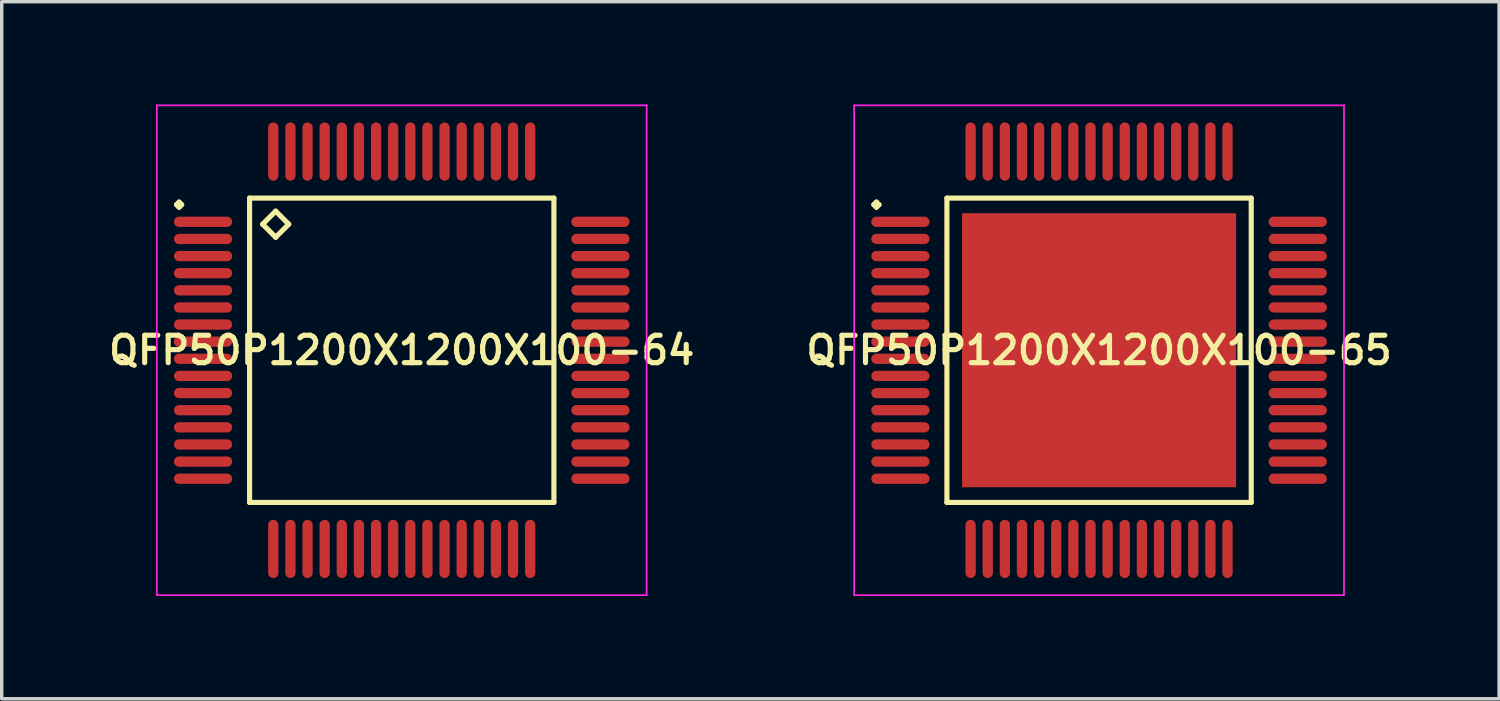
<source format=kicad_pcb>
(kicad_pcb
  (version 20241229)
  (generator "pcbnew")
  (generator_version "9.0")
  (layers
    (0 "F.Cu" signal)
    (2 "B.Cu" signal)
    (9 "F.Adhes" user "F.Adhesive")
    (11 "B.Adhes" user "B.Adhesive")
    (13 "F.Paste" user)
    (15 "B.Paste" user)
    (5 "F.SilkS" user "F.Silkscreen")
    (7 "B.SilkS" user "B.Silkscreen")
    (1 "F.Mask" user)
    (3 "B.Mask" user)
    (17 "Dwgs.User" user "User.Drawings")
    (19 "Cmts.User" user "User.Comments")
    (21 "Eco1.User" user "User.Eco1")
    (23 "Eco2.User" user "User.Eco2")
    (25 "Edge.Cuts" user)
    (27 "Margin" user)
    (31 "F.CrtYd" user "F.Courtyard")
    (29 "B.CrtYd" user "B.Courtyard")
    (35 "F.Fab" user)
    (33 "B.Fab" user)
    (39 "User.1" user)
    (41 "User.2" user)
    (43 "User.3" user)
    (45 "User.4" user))
  (footprint "QFP50P1200X1200X100-64"
    (layer "F.Cu")
    (at 8.678 7.175)
    (property "Reference" "QFP50P1200X1200X100-64" (at 0 0 0) (layer "F.SilkS") (effects (font (size 0.8 0.8) (thickness 0.15))))
    (attr smd)
    (fp_line (start -6.575 -4.25) (end -6.5 -4.325) (stroke (width 0.15) (type solid)) (layer "F.SilkS"))
    (fp_line (start -6.5 -4.325) (end -6.425 -4.25) (stroke (width 0.15) (type solid)) (layer "F.SilkS"))
    (fp_line (start -6.5 -4.175) (end -6.575 -4.25) (stroke (width 0.15) (type solid)) (layer "F.SilkS"))
    (fp_line (start -6.425 -4.25) (end -6.5 -4.175) (stroke (width 0.15) (type solid)) (layer "F.SilkS"))
    (fp_line (start -4.442 -4.442) (end -4.442 4.442) (stroke (width 0.15) (type solid)) (layer "F.SilkS"))
    (fp_line (start -4.442 4.442) (end 4.442 4.442) (stroke (width 0.15) (type solid)) (layer "F.SilkS"))
    (fp_line (start -4.061 -3.68) (end -3.68 -4.061) (stroke (width 0.15) (type solid)) (layer "F.SilkS"))
    (fp_line (start -3.68 -4.061) (end -3.299 -3.68) (stroke (width 0.15) (type solid)) (layer "F.SilkS"))
    (fp_line (start -3.68 -3.299) (end -4.061 -3.68) (stroke (width 0.15) (type solid)) (layer "F.SilkS"))
    (fp_line (start -3.299 -3.68) (end -3.68 -3.299) (stroke (width 0.15) (type solid)) (layer "F.SilkS"))
    (fp_line (start 4.442 -4.442) (end -4.442 -4.442) (stroke (width 0.15) (type solid)) (layer "F.SilkS"))
    (fp_line (start 4.442 4.442) (end 4.442 -4.442) (stroke (width 0.15) (type solid)) (layer "F.SilkS"))
    (fp_line (start -7.15 -7.15) (end 7.15 -7.15) (stroke (width 0.05) (type solid)) (layer "F.CrtYd"))
    (fp_line (start -7.15 7.15) (end -7.15 -7.15) (stroke (width 0.05) (type solid)) (layer "F.CrtYd"))
    (fp_line (start 7.15 -7.15) (end 7.15 7.15) (stroke (width 0.05) (type solid)) (layer "F.CrtYd"))
    (fp_line (start 7.15 7.15) (end -7.15 7.15) (stroke (width 0.05) (type solid)) (layer "F.CrtYd"))
    (pad "1" smd oval (at -5.8 -3.75) (size 1.7 0.3) (layers "F.Cu" "F.Mask" "F.Paste"))
    (pad "2" smd oval (at -5.8 -3.25) (size 1.7 0.3) (layers "F.Cu" "F.Mask" "F.Paste"))
    (pad "3" smd oval (at -5.8 -2.75) (size 1.7 0.3) (layers "F.Cu" "F.Mask" "F.Paste"))
    (pad "4" smd oval (at -5.8 -2.25) (size 1.7 0.3) (layers "F.Cu" "F.Mask" "F.Paste"))
    (pad "5" smd oval (at -5.8 -1.75) (size 1.7 0.3) (layers "F.Cu" "F.Mask" "F.Paste"))
    (pad "6" smd oval (at -5.8 -1.25) (size 1.7 0.3) (layers "F.Cu" "F.Mask" "F.Paste"))
    (pad "7" smd oval (at -5.8 -0.75) (size 1.7 0.3) (layers "F.Cu" "F.Mask" "F.Paste"))
    (pad "8" smd oval (at -5.8 -0.25) (size 1.7 0.3) (layers "F.Cu" "F.Mask" "F.Paste"))
    (pad "9" smd oval (at -5.8 0.25) (size 1.7 0.3) (layers "F.Cu" "F.Mask" "F.Paste"))
    (pad "10" smd oval (at -5.8 0.75) (size 1.7 0.3) (layers "F.Cu" "F.Mask" "F.Paste"))
    (pad "11" smd oval (at -5.8 1.25) (size 1.7 0.3) (layers "F.Cu" "F.Mask" "F.Paste"))
    (pad "12" smd oval (at -5.8 1.75) (size 1.7 0.3) (layers "F.Cu" "F.Mask" "F.Paste"))
    (pad "13" smd oval (at -5.8 2.25) (size 1.7 0.3) (layers "F.Cu" "F.Mask" "F.Paste"))
    (pad "14" smd oval (at -5.8 2.75) (size 1.7 0.3) (layers "F.Cu" "F.Mask" "F.Paste"))
    (pad "15" smd oval (at -5.8 3.25) (size 1.7 0.3) (layers "F.Cu" "F.Mask" "F.Paste"))
    (pad "16" smd oval (at -5.8 3.75) (size 1.7 0.3) (layers "F.Cu" "F.Mask" "F.Paste"))
    (pad "17" smd oval (at -3.75 5.8) (size 0.3 1.7) (layers "F.Cu" "F.Mask" "F.Paste"))
    (pad "18" smd oval (at -3.25 5.8) (size 0.3 1.7) (layers "F.Cu" "F.Mask" "F.Paste"))
    (pad "19" smd oval (at -2.75 5.8) (size 0.3 1.7) (layers "F.Cu" "F.Mask" "F.Paste"))
    (pad "20" smd oval (at -2.25 5.8) (size 0.3 1.7) (layers "F.Cu" "F.Mask" "F.Paste"))
    (pad "21" smd oval (at -1.75 5.8) (size 0.3 1.7) (layers "F.Cu" "F.Mask" "F.Paste"))
    (pad "22" smd oval (at -1.25 5.8) (size 0.3 1.7) (layers "F.Cu" "F.Mask" "F.Paste"))
    (pad "23" smd oval (at -0.75 5.8) (size 0.3 1.7) (layers "F.Cu" "F.Mask" "F.Paste"))
    (pad "24" smd oval (at -0.25 5.8) (size 0.3 1.7) (layers "F.Cu" "F.Mask" "F.Paste"))
    (pad "25" smd oval (at 0.25 5.8) (size 0.3 1.7) (layers "F.Cu" "F.Mask" "F.Paste"))
    (pad "26" smd oval (at 0.75 5.8) (size 0.3 1.7) (layers "F.Cu" "F.Mask" "F.Paste"))
    (pad "27" smd oval (at 1.25 5.8) (size 0.3 1.7) (layers "F.Cu" "F.Mask" "F.Paste"))
    (pad "28" smd oval (at 1.75 5.8) (size 0.3 1.7) (layers "F.Cu" "F.Mask" "F.Paste"))
    (pad "29" smd oval (at 2.25 5.8) (size 0.3 1.7) (layers "F.Cu" "F.Mask" "F.Paste"))
    (pad "30" smd oval (at 2.75 5.8) (size 0.3 1.7) (layers "F.Cu" "F.Mask" "F.Paste"))
    (pad "31" smd oval (at 3.25 5.8) (size 0.3 1.7) (layers "F.Cu" "F.Mask" "F.Paste"))
    (pad "32" smd oval (at 3.75 5.8) (size 0.3 1.7) (layers "F.Cu" "F.Mask" "F.Paste"))
    (pad "33" smd oval (at 5.8 3.75) (size 1.7 0.3) (layers "F.Cu" "F.Mask" "F.Paste"))
    (pad "34" smd oval (at 5.8 3.25) (size 1.7 0.3) (layers "F.Cu" "F.Mask" "F.Paste"))
    (pad "35" smd oval (at 5.8 2.75) (size 1.7 0.3) (layers "F.Cu" "F.Mask" "F.Paste"))
    (pad "36" smd oval (at 5.8 2.25) (size 1.7 0.3) (layers "F.Cu" "F.Mask" "F.Paste"))
    (pad "37" smd oval (at 5.8 1.75) (size 1.7 0.3) (layers "F.Cu" "F.Mask" "F.Paste"))
    (pad "38" smd oval (at 5.8 1.25) (size 1.7 0.3) (layers "F.Cu" "F.Mask" "F.Paste"))
    (pad "39" smd oval (at 5.8 0.75) (size 1.7 0.3) (layers "F.Cu" "F.Mask" "F.Paste"))
    (pad "40" smd oval (at 5.8 0.25) (size 1.7 0.3) (layers "F.Cu" "F.Mask" "F.Paste"))
    (pad "41" smd oval (at 5.8 -0.25) (size 1.7 0.3) (layers "F.Cu" "F.Mask" "F.Paste"))
    (pad "42" smd oval (at 5.8 -0.75) (size 1.7 0.3) (layers "F.Cu" "F.Mask" "F.Paste"))
    (pad "43" smd oval (at 5.8 -1.25) (size 1.7 0.3) (layers "F.Cu" "F.Mask" "F.Paste"))
    (pad "44" smd oval (at 5.8 -1.75) (size 1.7 0.3) (layers "F.Cu" "F.Mask" "F.Paste"))
    (pad "45" smd oval (at 5.8 -2.25) (size 1.7 0.3) (layers "F.Cu" "F.Mask" "F.Paste"))
    (pad "46" smd oval (at 5.8 -2.75) (size 1.7 0.3) (layers "F.Cu" "F.Mask" "F.Paste"))
    (pad "47" smd oval (at 5.8 -3.25) (size 1.7 0.3) (layers "F.Cu" "F.Mask" "F.Paste"))
    (pad "48" smd oval (at 5.8 -3.75) (size 1.7 0.3) (layers "F.Cu" "F.Mask" "F.Paste"))
    (pad "49" smd oval (at 3.75 -5.8) (size 0.3 1.7) (layers "F.Cu" "F.Mask" "F.Paste"))
    (pad "50" smd oval (at 3.25 -5.8) (size 0.3 1.7) (layers "F.Cu" "F.Mask" "F.Paste"))
    (pad "51" smd oval (at 2.75 -5.8) (size 0.3 1.7) (layers "F.Cu" "F.Mask" "F.Paste"))
    (pad "52" smd oval (at 2.25 -5.8) (size 0.3 1.7) (layers "F.Cu" "F.Mask" "F.Paste"))
    (pad "53" smd oval (at 1.75 -5.8) (size 0.3 1.7) (layers "F.Cu" "F.Mask" "F.Paste"))
    (pad "54" smd oval (at 1.25 -5.8) (size 0.3 1.7) (layers "F.Cu" "F.Mask" "F.Paste"))
    (pad "55" smd oval (at 0.75 -5.8) (size 0.3 1.7) (layers "F.Cu" "F.Mask" "F.Paste"))
    (pad "56" smd oval (at 0.25 -5.8) (size 0.3 1.7) (layers "F.Cu" "F.Mask" "F.Paste"))
    (pad "57" smd oval (at -0.25 -5.8) (size 0.3 1.7) (layers "F.Cu" "F.Mask" "F.Paste"))
    (pad "58" smd oval (at -0.75 -5.8) (size 0.3 1.7) (layers "F.Cu" "F.Mask" "F.Paste"))
    (pad "59" smd oval (at -1.25 -5.8) (size 0.3 1.7) (layers "F.Cu" "F.Mask" "F.Paste"))
    (pad "60" smd oval (at -1.75 -5.8) (size 0.3 1.7) (layers "F.Cu" "F.Mask" "F.Paste"))
    (pad "61" smd oval (at -2.25 -5.8) (size 0.3 1.7) (layers "F.Cu" "F.Mask" "F.Paste"))
    (pad "62" smd oval (at -2.75 -5.8) (size 0.3 1.7) (layers "F.Cu" "F.Mask" "F.Paste"))
    (pad "63" smd oval (at -3.25 -5.8) (size 0.3 1.7) (layers "F.Cu" "F.Mask" "F.Paste"))
    (pad "64" smd oval (at -3.75 -5.8) (size 0.3 1.7) (layers "F.Cu" "F.Mask" "F.Paste")))
  (footprint "QFP50P1200X1200X100-65"
    (layer "F.Cu")
    (at 29.035 7.175)
    (property "Reference" "QFP50P1200X1200X100-65" (at 0 0 0) (layer "F.SilkS") (effects (font (size 0.8 0.8) (thickness 0.15))))
    (attr smd)
    (fp_line (start -6.575 -4.25) (end -6.5 -4.325) (stroke (width 0.15) (type solid)) (layer "F.SilkS"))
    (fp_line (start -6.5 -4.325) (end -6.425 -4.25) (stroke (width 0.15) (type solid)) (layer "F.SilkS"))
    (fp_line (start -6.5 -4.175) (end -6.575 -4.25) (stroke (width 0.15) (type solid)) (layer "F.SilkS"))
    (fp_line (start -6.425 -4.25) (end -6.5 -4.175) (stroke (width 0.15) (type solid)) (layer "F.SilkS"))
    (fp_line (start -4.442 -4.442) (end -4.442 4.442) (stroke (width 0.15) (type solid)) (layer "F.SilkS"))
    (fp_line (start -4.442 4.442) (end 4.442 4.442) (stroke (width 0.15) (type solid)) (layer "F.SilkS"))
    (fp_line (start 4.442 -4.442) (end -4.442 -4.442) (stroke (width 0.15) (type solid)) (layer "F.SilkS"))
    (fp_line (start 4.442 4.442) (end 4.442 -4.442) (stroke (width 0.15) (type solid)) (layer "F.SilkS"))
    (fp_line (start -7.15 -7.15) (end 7.15 -7.15) (stroke (width 0.05) (type solid)) (layer "F.CrtYd"))
    (fp_line (start -7.15 7.15) (end -7.15 -7.15) (stroke (width 0.05) (type solid)) (layer "F.CrtYd"))
    (fp_line (start 7.15 -7.15) (end 7.15 7.15) (stroke (width 0.05) (type solid)) (layer "F.CrtYd"))
    (fp_line (start 7.15 7.15) (end -7.15 7.15) (stroke (width 0.05) (type solid)) (layer "F.CrtYd"))
    (pad "1" smd oval (at -5.8 -3.75) (size 1.7 0.3) (layers "F.Cu" "F.Mask" "F.Paste"))
    (pad "2" smd oval (at -5.8 -3.25) (size 1.7 0.3) (layers "F.Cu" "F.Mask" "F.Paste"))
    (pad "3" smd oval (at -5.8 -2.75) (size 1.7 0.3) (layers "F.Cu" "F.Mask" "F.Paste"))
    (pad "4" smd oval (at -5.8 -2.25) (size 1.7 0.3) (layers "F.Cu" "F.Mask" "F.Paste"))
    (pad "5" smd oval (at -5.8 -1.75) (size 1.7 0.3) (layers "F.Cu" "F.Mask" "F.Paste"))
    (pad "6" smd oval (at -5.8 -1.25) (size 1.7 0.3) (layers "F.Cu" "F.Mask" "F.Paste"))
    (pad "7" smd oval (at -5.8 -0.75) (size 1.7 0.3) (layers "F.Cu" "F.Mask" "F.Paste"))
    (pad "8" smd oval (at -5.8 -0.25) (size 1.7 0.3) (layers "F.Cu" "F.Mask" "F.Paste"))
    (pad "9" smd oval (at -5.8 0.25) (size 1.7 0.3) (layers "F.Cu" "F.Mask" "F.Paste"))
    (pad "10" smd oval (at -5.8 0.75) (size 1.7 0.3) (layers "F.Cu" "F.Mask" "F.Paste"))
    (pad "11" smd oval (at -5.8 1.25) (size 1.7 0.3) (layers "F.Cu" "F.Mask" "F.Paste"))
    (pad "12" smd oval (at -5.8 1.75) (size 1.7 0.3) (layers "F.Cu" "F.Mask" "F.Paste"))
    (pad "13" smd oval (at -5.8 2.25) (size 1.7 0.3) (layers "F.Cu" "F.Mask" "F.Paste"))
    (pad "14" smd oval (at -5.8 2.75) (size 1.7 0.3) (layers "F.Cu" "F.Mask" "F.Paste"))
    (pad "15" smd oval (at -5.8 3.25) (size 1.7 0.3) (layers "F.Cu" "F.Mask" "F.Paste"))
    (pad "16" smd oval (at -5.8 3.75) (size 1.7 0.3) (layers "F.Cu" "F.Mask" "F.Paste"))
    (pad "17" smd oval (at -3.75 5.8) (size 0.3 1.7) (layers "F.Cu" "F.Mask" "F.Paste"))
    (pad "18" smd oval (at -3.25 5.8) (size 0.3 1.7) (layers "F.Cu" "F.Mask" "F.Paste"))
    (pad "19" smd oval (at -2.75 5.8) (size 0.3 1.7) (layers "F.Cu" "F.Mask" "F.Paste"))
    (pad "20" smd oval (at -2.25 5.8) (size 0.3 1.7) (layers "F.Cu" "F.Mask" "F.Paste"))
    (pad "21" smd oval (at -1.75 5.8) (size 0.3 1.7) (layers "F.Cu" "F.Mask" "F.Paste"))
    (pad "22" smd oval (at -1.25 5.8) (size 0.3 1.7) (layers "F.Cu" "F.Mask" "F.Paste"))
    (pad "23" smd oval (at -0.75 5.8) (size 0.3 1.7) (layers "F.Cu" "F.Mask" "F.Paste"))
    (pad "24" smd oval (at -0.25 5.8) (size 0.3 1.7) (layers "F.Cu" "F.Mask" "F.Paste"))
    (pad "25" smd oval (at 0.25 5.8) (size 0.3 1.7) (layers "F.Cu" "F.Mask" "F.Paste"))
    (pad "26" smd oval (at 0.75 5.8) (size 0.3 1.7) (layers "F.Cu" "F.Mask" "F.Paste"))
    (pad "27" smd oval (at 1.25 5.8) (size 0.3 1.7) (layers "F.Cu" "F.Mask" "F.Paste"))
    (pad "28" smd oval (at 1.75 5.8) (size 0.3 1.7) (layers "F.Cu" "F.Mask" "F.Paste"))
    (pad "29" smd oval (at 2.25 5.8) (size 0.3 1.7) (layers "F.Cu" "F.Mask" "F.Paste"))
    (pad "30" smd oval (at 2.75 5.8) (size 0.3 1.7) (layers "F.Cu" "F.Mask" "F.Paste"))
    (pad "31" smd oval (at 3.25 5.8) (size 0.3 1.7) (layers "F.Cu" "F.Mask" "F.Paste"))
    (pad "32" smd oval (at 3.75 5.8) (size 0.3 1.7) (layers "F.Cu" "F.Mask" "F.Paste"))
    (pad "33" smd oval (at 5.8 3.75) (size 1.7 0.3) (layers "F.Cu" "F.Mask" "F.Paste"))
    (pad "34" smd oval (at 5.8 3.25) (size 1.7 0.3) (layers "F.Cu" "F.Mask" "F.Paste"))
    (pad "35" smd oval (at 5.8 2.75) (size 1.7 0.3) (layers "F.Cu" "F.Mask" "F.Paste"))
    (pad "36" smd oval (at 5.8 2.25) (size 1.7 0.3) (layers "F.Cu" "F.Mask" "F.Paste"))
    (pad "37" smd oval (at 5.8 1.75) (size 1.7 0.3) (layers "F.Cu" "F.Mask" "F.Paste"))
    (pad "38" smd oval (at 5.8 1.25) (size 1.7 0.3) (layers "F.Cu" "F.Mask" "F.Paste"))
    (pad "39" smd oval (at 5.8 0.75) (size 1.7 0.3) (layers "F.Cu" "F.Mask" "F.Paste"))
    (pad "40" smd oval (at 5.8 0.25) (size 1.7 0.3) (layers "F.Cu" "F.Mask" "F.Paste"))
    (pad "41" smd oval (at 5.8 -0.25) (size 1.7 0.3) (layers "F.Cu" "F.Mask" "F.Paste"))
    (pad "42" smd oval (at 5.8 -0.75) (size 1.7 0.3) (layers "F.Cu" "F.Mask" "F.Paste"))
    (pad "43" smd oval (at 5.8 -1.25) (size 1.7 0.3) (layers "F.Cu" "F.Mask" "F.Paste"))
    (pad "44" smd oval (at 5.8 -1.75) (size 1.7 0.3) (layers "F.Cu" "F.Mask" "F.Paste"))
    (pad "45" smd oval (at 5.8 -2.25) (size 1.7 0.3) (layers "F.Cu" "F.Mask" "F.Paste"))
    (pad "46" smd oval (at 5.8 -2.75) (size 1.7 0.3) (layers "F.Cu" "F.Mask" "F.Paste"))
    (pad "47" smd oval (at 5.8 -3.25) (size 1.7 0.3) (layers "F.Cu" "F.Mask" "F.Paste"))
    (pad "48" smd oval (at 5.8 -3.75) (size 1.7 0.3) (layers "F.Cu" "F.Mask" "F.Paste"))
    (pad "49" smd oval (at 3.75 -5.8) (size 0.3 1.7) (layers "F.Cu" "F.Mask" "F.Paste"))
    (pad "50" smd oval (at 3.25 -5.8) (size 0.3 1.7) (layers "F.Cu" "F.Mask" "F.Paste"))
    (pad "51" smd oval (at 2.75 -5.8) (size 0.3 1.7) (layers "F.Cu" "F.Mask" "F.Paste"))
    (pad "52" smd oval (at 2.25 -5.8) (size 0.3 1.7) (layers "F.Cu" "F.Mask" "F.Paste"))
    (pad "53" smd oval (at 1.75 -5.8) (size 0.3 1.7) (layers "F.Cu" "F.Mask" "F.Paste"))
    (pad "54" smd oval (at 1.25 -5.8) (size 0.3 1.7) (layers "F.Cu" "F.Mask" "F.Paste"))
    (pad "55" smd oval (at 0.75 -5.8) (size 0.3 1.7) (layers "F.Cu" "F.Mask" "F.Paste"))
    (pad "56" smd oval (at 0.25 -5.8) (size 0.3 1.7) (layers "F.Cu" "F.Mask" "F.Paste"))
    (pad "57" smd oval (at -0.25 -5.8) (size 0.3 1.7) (layers "F.Cu" "F.Mask" "F.Paste"))
    (pad "58" smd oval (at -0.75 -5.8) (size 0.3 1.7) (layers "F.Cu" "F.Mask" "F.Paste"))
    (pad "59" smd oval (at -1.25 -5.8) (size 0.3 1.7) (layers "F.Cu" "F.Mask" "F.Paste"))
    (pad "60" smd oval (at -1.75 -5.8) (size 0.3 1.7) (layers "F.Cu" "F.Mask" "F.Paste"))
    (pad "61" smd oval (at -2.25 -5.8) (size 0.3 1.7) (layers "F.Cu" "F.Mask" "F.Paste"))
    (pad "62" smd oval (at -2.75 -5.8) (size 0.3 1.7) (layers "F.Cu" "F.Mask" "F.Paste"))
    (pad "63" smd oval (at -3.25 -5.8) (size 0.3 1.7) (layers "F.Cu" "F.Mask" "F.Paste"))
    (pad "64" smd oval (at -3.75 -5.8) (size 0.3 1.7) (layers "F.Cu" "F.Mask" "F.Paste"))
    (pad "65" smd rect (at 0 0) (size 8 8) (layers "F.Cu" "F.Mask" "F.Paste")))
  (gr_rect
    (start -3 -3)
    (end 40.713 17.35)
    (stroke (width 0.1) (type default))
    (fill no)
    (layer "Edge.Cuts")))
</source>
